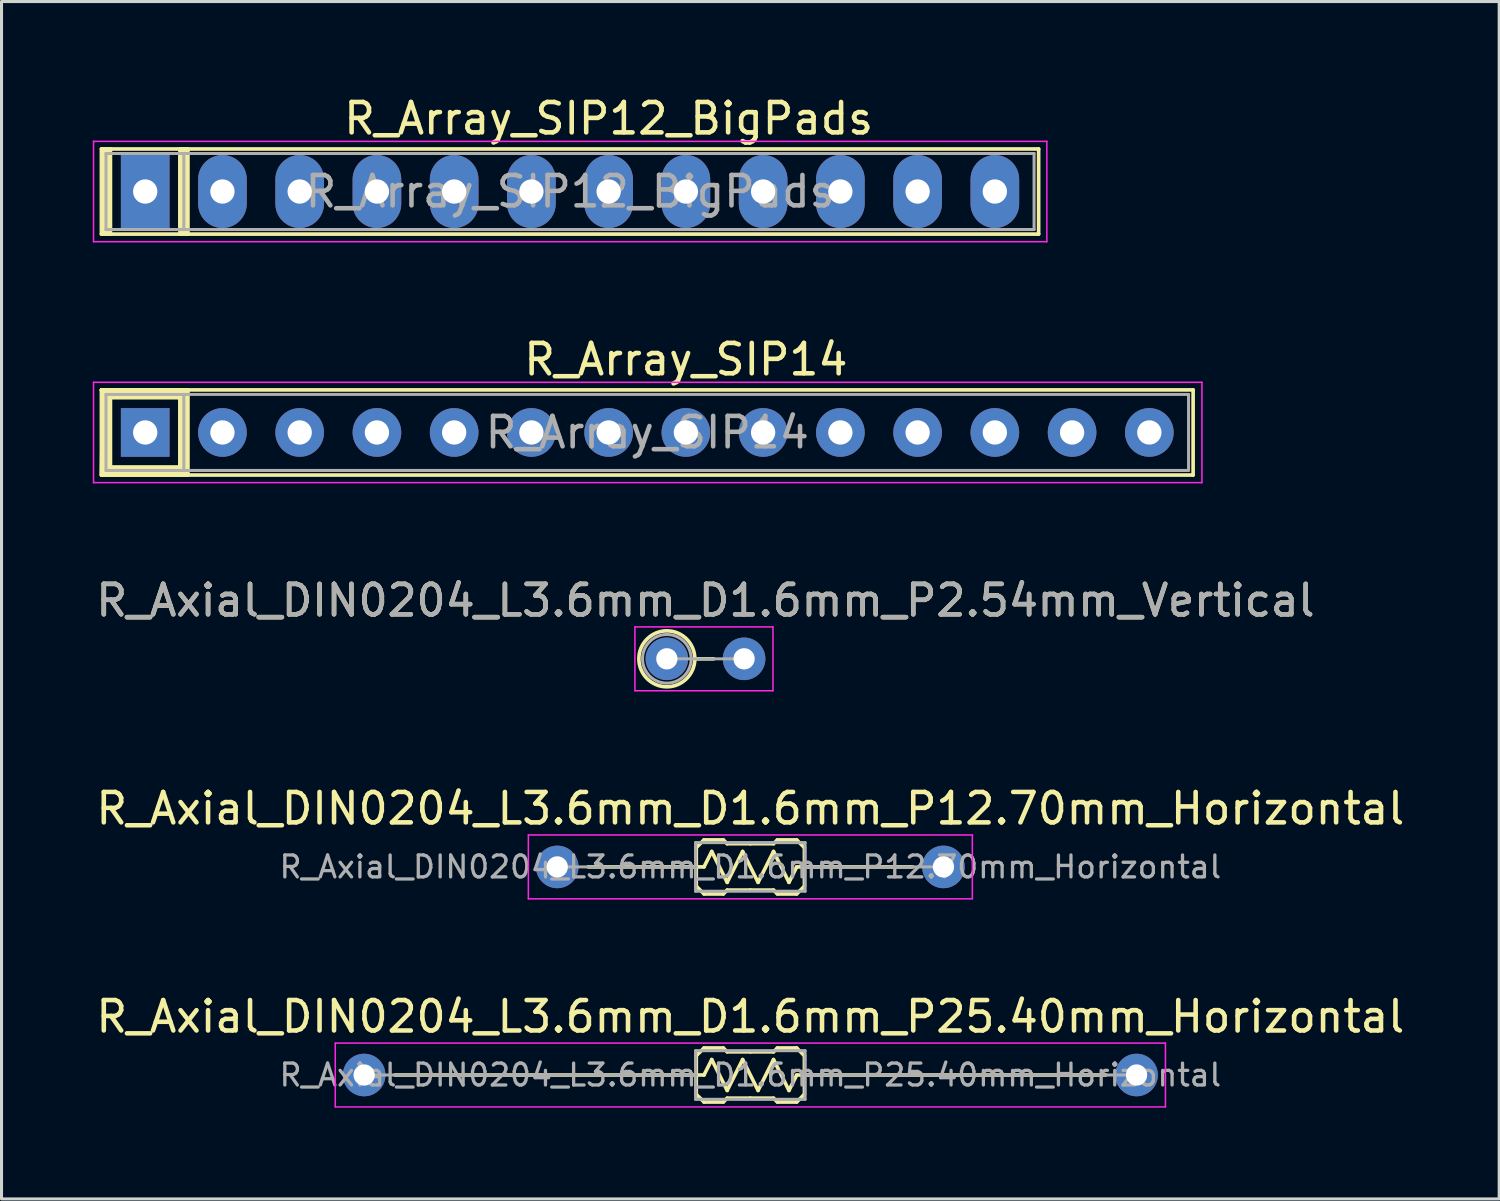
<source format=kicad_pcb>
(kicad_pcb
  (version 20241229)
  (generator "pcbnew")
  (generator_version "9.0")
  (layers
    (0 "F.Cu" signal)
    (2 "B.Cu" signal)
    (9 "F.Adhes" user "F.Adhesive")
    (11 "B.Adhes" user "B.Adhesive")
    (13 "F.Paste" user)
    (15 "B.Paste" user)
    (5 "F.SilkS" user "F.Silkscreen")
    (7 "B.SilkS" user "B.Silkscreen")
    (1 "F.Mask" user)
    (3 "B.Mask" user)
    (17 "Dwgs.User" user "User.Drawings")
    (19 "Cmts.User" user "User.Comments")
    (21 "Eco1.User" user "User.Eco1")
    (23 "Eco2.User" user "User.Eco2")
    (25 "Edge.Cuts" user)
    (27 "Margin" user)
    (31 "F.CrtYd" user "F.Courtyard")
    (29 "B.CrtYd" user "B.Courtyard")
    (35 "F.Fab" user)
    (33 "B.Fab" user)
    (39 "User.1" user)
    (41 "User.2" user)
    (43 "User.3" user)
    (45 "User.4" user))
  (footprint "R_Axial_DIN0204_L3.6mm_D1.6mm_P12.70mm_Horizontal"
    (layer "F.Cu")
    (at 15.275 25.458)
    (property "Reference" "R_Axial_DIN0204_L3.6mm_D1.6mm_P12.70mm_Horizontal" (at 6.35 -1.92 0) (layer "F.SilkS") (effects (font (size 1 1) (thickness 0.15))))
    (attr through_hole)
    (fp_line (start 1.016 0) (end 4.43 0) (stroke (width 0.12) (type solid)) (layer "F.SilkS"))
    (fp_line (start 4.43 0) (end 4.572 0) (stroke (width 0.12) (type solid)) (layer "F.SilkS"))
    (fp_line (start 4.572 -0.635) (end 4.826 -0.889) (stroke (width 0.12) (type solid)) (layer "F.SilkS"))
    (fp_line (start 4.572 0.635) (end 4.572 -0.635) (stroke (width 0.12) (type solid)) (layer "F.SilkS"))
    (fp_line (start 4.572 0.635) (end 4.826 0.889) (stroke (width 0.12) (type solid)) (layer "F.SilkS"))
    (fp_line (start 4.826 -0.889) (end 5.461 -0.889) (stroke (width 0.12) (type solid)) (layer "F.SilkS"))
    (fp_line (start 4.826 0) (end 4.572 0) (stroke (width 0.12) (type solid)) (layer "F.SilkS"))
    (fp_line (start 4.826 0) (end 5.08 -0.508) (stroke (width 0.12) (type solid)) (layer "F.SilkS"))
    (fp_line (start 4.826 0.889) (end 5.461 0.889) (stroke (width 0.12) (type solid)) (layer "F.SilkS"))
    (fp_line (start 5.08 -0.508) (end 5.588 0.508) (stroke (width 0.12) (type solid)) (layer "F.SilkS"))
    (fp_line (start 5.461 -0.889) (end 5.588 -0.762) (stroke (width 0.12) (type solid)) (layer "F.SilkS"))
    (fp_line (start 5.461 0.889) (end 5.588 0.762) (stroke (width 0.12) (type solid)) (layer "F.SilkS"))
    (fp_line (start 5.588 -0.762) (end 6.35 -0.762) (stroke (width 0.12) (type solid)) (layer "F.SilkS"))
    (fp_line (start 5.588 0.508) (end 6.096 -0.508) (stroke (width 0.12) (type solid)) (layer "F.SilkS"))
    (fp_line (start 5.588 0.762) (end 6.35 0.762) (stroke (width 0.12) (type solid)) (layer "F.SilkS"))
    (fp_line (start 6.096 -0.508) (end 6.604 0.508) (stroke (width 0.12) (type solid)) (layer "F.SilkS"))
    (fp_line (start 6.604 0.508) (end 7.112 -0.508) (stroke (width 0.12) (type solid)) (layer "F.SilkS"))
    (fp_line (start 7.112 -0.762) (end 6.35 -0.762) (stroke (width 0.12) (type solid)) (layer "F.SilkS"))
    (fp_line (start 7.112 -0.508) (end 7.62 0.508) (stroke (width 0.12) (type solid)) (layer "F.SilkS"))
    (fp_line (start 7.112 0.762) (end 6.35 0.762) (stroke (width 0.12) (type solid)) (layer "F.SilkS"))
    (fp_line (start 7.239 -0.889) (end 7.112 -0.762) (stroke (width 0.12) (type solid)) (layer "F.SilkS"))
    (fp_line (start 7.239 0.889) (end 7.112 0.762) (stroke (width 0.12) (type solid)) (layer "F.SilkS"))
    (fp_line (start 7.62 0.508) (end 7.874 0) (stroke (width 0.12) (type solid)) (layer "F.SilkS"))
    (fp_line (start 7.874 -0.889) (end 7.239 -0.889) (stroke (width 0.12) (type solid)) (layer "F.SilkS"))
    (fp_line (start 7.874 0) (end 8.128 0) (stroke (width 0.12) (type solid)) (layer "F.SilkS"))
    (fp_line (start 7.874 0.889) (end 7.239 0.889) (stroke (width 0.12) (type solid)) (layer "F.SilkS"))
    (fp_line (start 8.128 -0.635) (end 7.874 -0.889) (stroke (width 0.12) (type solid)) (layer "F.SilkS"))
    (fp_line (start 8.128 -0.635) (end 8.128 0.635) (stroke (width 0.12) (type solid)) (layer "F.SilkS"))
    (fp_line (start 8.128 0.635) (end 7.874 0.889) (stroke (width 0.12) (type solid)) (layer "F.SilkS"))
    (fp_line (start 8.255 0) (end 8.128 0) (stroke (width 0.12) (type solid)) (layer "F.SilkS"))
    (fp_line (start 11.684 0) (end 8.27 0) (stroke (width 0.12) (type solid)) (layer "F.SilkS"))
    (fp_line (start -0.95 -1.05) (end -0.95 1.05) (stroke (width 0.05) (type solid)) (layer "F.CrtYd"))
    (fp_line (start -0.95 1.05) (end 13.65 1.05) (stroke (width 0.05) (type solid)) (layer "F.CrtYd"))
    (fp_line (start 13.65 -1.05) (end -0.95 -1.05) (stroke (width 0.05) (type solid)) (layer "F.CrtYd"))
    (fp_line (start 13.65 1.05) (end 13.65 -1.05) (stroke (width 0.05) (type solid)) (layer "F.CrtYd"))
    (fp_line (start 0 0) (end 4.572 0) (stroke (width 0.1) (type solid)) (layer "F.Fab"))
    (fp_line (start 4.55 -0.8) (end 4.55 0.8) (stroke (width 0.1) (type solid)) (layer "F.Fab"))
    (fp_line (start 4.55 0.8) (end 8.15 0.8) (stroke (width 0.1) (type solid)) (layer "F.Fab"))
    (fp_line (start 8.15 -0.8) (end 4.55 -0.8) (stroke (width 0.1) (type solid)) (layer "F.Fab"))
    (fp_line (start 8.15 0.8) (end 8.15 -0.8) (stroke (width 0.1) (type solid)) (layer "F.Fab"))
    (fp_line (start 12.7 0) (end 8.15 0) (stroke (width 0.1) (type solid)) (layer "F.Fab"))
    (fp_text user "${REFERENCE}" (at 6.35 0 0) (layer "F.Fab") (effects (font (size 0.72 0.72) (thickness 0.108))))
    (pad "1" thru_hole circle (at 0 0) (size 1.4 1.4) (drill 0.7) (layers "*.Cu" "*.Mask"))
    (pad "2" thru_hole oval (at 12.7 0) (size 1.4 1.4) (drill 0.7) (layers "*.Cu" "*.Mask")))
  (footprint "R_Axial_DIN0204_L3.6mm_D1.6mm_P25.40mm_Horizontal"
    (layer "F.Cu")
    (at 8.925 32.301)
    (property "Reference" "R_Axial_DIN0204_L3.6mm_D1.6mm_P25.40mm_Horizontal" (at 12.7 -1.92 0) (layer "F.SilkS") (effects (font (size 1 1) (thickness 0.15))))
    (attr through_hole)
    (fp_line (start 1.016 0) (end 10.78 0) (stroke (width 0.12) (type solid)) (layer "F.SilkS"))
    (fp_line (start 10.78 0) (end 10.922 0) (stroke (width 0.12) (type solid)) (layer "F.SilkS"))
    (fp_line (start 10.922 -0.635) (end 11.176 -0.889) (stroke (width 0.12) (type solid)) (layer "F.SilkS"))
    (fp_line (start 10.922 0.635) (end 10.922 -0.635) (stroke (width 0.12) (type solid)) (layer "F.SilkS"))
    (fp_line (start 10.922 0.635) (end 11.176 0.889) (stroke (width 0.12) (type solid)) (layer "F.SilkS"))
    (fp_line (start 11.176 -0.889) (end 11.811 -0.889) (stroke (width 0.12) (type solid)) (layer "F.SilkS"))
    (fp_line (start 11.176 0) (end 10.922 0) (stroke (width 0.12) (type solid)) (layer "F.SilkS"))
    (fp_line (start 11.176 0) (end 11.43 -0.508) (stroke (width 0.12) (type solid)) (layer "F.SilkS"))
    (fp_line (start 11.176 0.889) (end 11.811 0.889) (stroke (width 0.12) (type solid)) (layer "F.SilkS"))
    (fp_line (start 11.43 -0.508) (end 11.938 0.508) (stroke (width 0.12) (type solid)) (layer "F.SilkS"))
    (fp_line (start 11.811 -0.889) (end 11.938 -0.762) (stroke (width 0.12) (type solid)) (layer "F.SilkS"))
    (fp_line (start 11.811 0.889) (end 11.938 0.762) (stroke (width 0.12) (type solid)) (layer "F.SilkS"))
    (fp_line (start 11.938 -0.762) (end 12.7 -0.762) (stroke (width 0.12) (type solid)) (layer "F.SilkS"))
    (fp_line (start 11.938 0.508) (end 12.446 -0.508) (stroke (width 0.12) (type solid)) (layer "F.SilkS"))
    (fp_line (start 11.938 0.762) (end 12.7 0.762) (stroke (width 0.12) (type solid)) (layer "F.SilkS"))
    (fp_line (start 12.446 -0.508) (end 12.954 0.508) (stroke (width 0.12) (type solid)) (layer "F.SilkS"))
    (fp_line (start 12.954 0.508) (end 13.462 -0.508) (stroke (width 0.12) (type solid)) (layer "F.SilkS"))
    (fp_line (start 13.462 -0.762) (end 12.7 -0.762) (stroke (width 0.12) (type solid)) (layer "F.SilkS"))
    (fp_line (start 13.462 -0.508) (end 13.97 0.508) (stroke (width 0.12) (type solid)) (layer "F.SilkS"))
    (fp_line (start 13.462 0.762) (end 12.7 0.762) (stroke (width 0.12) (type solid)) (layer "F.SilkS"))
    (fp_line (start 13.589 -0.889) (end 13.462 -0.762) (stroke (width 0.12) (type solid)) (layer "F.SilkS"))
    (fp_line (start 13.589 0.889) (end 13.462 0.762) (stroke (width 0.12) (type solid)) (layer "F.SilkS"))
    (fp_line (start 13.97 0.508) (end 14.224 0) (stroke (width 0.12) (type solid)) (layer "F.SilkS"))
    (fp_line (start 14.224 -0.889) (end 13.589 -0.889) (stroke (width 0.12) (type solid)) (layer "F.SilkS"))
    (fp_line (start 14.224 0) (end 14.478 0) (stroke (width 0.12) (type solid)) (layer "F.SilkS"))
    (fp_line (start 14.224 0.889) (end 13.589 0.889) (stroke (width 0.12) (type solid)) (layer "F.SilkS"))
    (fp_line (start 14.478 -0.635) (end 14.224 -0.889) (stroke (width 0.12) (type solid)) (layer "F.SilkS"))
    (fp_line (start 14.478 -0.635) (end 14.478 0.635) (stroke (width 0.12) (type solid)) (layer "F.SilkS"))
    (fp_line (start 14.478 0.635) (end 14.224 0.889) (stroke (width 0.12) (type solid)) (layer "F.SilkS"))
    (fp_line (start 14.605 0) (end 14.478 0) (stroke (width 0.12) (type solid)) (layer "F.SilkS"))
    (fp_line (start 24.384 0) (end 14.62 0) (stroke (width 0.12) (type solid)) (layer "F.SilkS"))
    (fp_line (start -0.95 -1.05) (end -0.95 1.05) (stroke (width 0.05) (type solid)) (layer "F.CrtYd"))
    (fp_line (start -0.95 1.05) (end 26.35 1.05) (stroke (width 0.05) (type solid)) (layer "F.CrtYd"))
    (fp_line (start 26.35 -1.05) (end -0.95 -1.05) (stroke (width 0.05) (type solid)) (layer "F.CrtYd"))
    (fp_line (start 26.35 1.05) (end 26.35 -1.05) (stroke (width 0.05) (type solid)) (layer "F.CrtYd"))
    (fp_line (start 0 0) (end 10.922 0) (stroke (width 0.1) (type solid)) (layer "F.Fab"))
    (fp_line (start 10.9 -0.8) (end 10.9 0.8) (stroke (width 0.1) (type solid)) (layer "F.Fab"))
    (fp_line (start 10.9 0.8) (end 14.5 0.8) (stroke (width 0.1) (type solid)) (layer "F.Fab"))
    (fp_line (start 14.5 -0.8) (end 10.9 -0.8) (stroke (width 0.1) (type solid)) (layer "F.Fab"))
    (fp_line (start 14.5 0.8) (end 14.5 -0.8) (stroke (width 0.1) (type solid)) (layer "F.Fab"))
    (fp_line (start 25.4 0) (end 14.5 0) (stroke (width 0.1) (type solid)) (layer "F.Fab"))
    (fp_text user "${REFERENCE}" (at 12.7 0 0) (layer "F.Fab") (effects (font (size 0.72 0.72) (thickness 0.108))))
    (pad "1" thru_hole circle (at 0 0) (size 1.4 1.4) (drill 0.7) (layers "*.Cu" "*.Mask"))
    (pad "2" thru_hole oval (at 25.4 0) (size 1.4 1.4) (drill 0.7) (layers "*.Cu" "*.Mask")))
  (footprint "R_Array_SIP12_BigPads"
    (layer "F.Cu")
    (at 1.725 3.248)
    (property "Reference" "R_Array_SIP12_BigPads" (at 15.24 -2.4 0) (layer "F.SilkS") (effects (font (size 1 1) (thickness 0.15))))
    (attr through_hole)
    (fp_line (start -1.44 -1.4) (end -1.44 1.4) (stroke (width 0.12) (type solid)) (layer "F.SilkS"))
    (fp_line (start -1.44 1.4) (end 29.38 1.4) (stroke (width 0.12) (type solid)) (layer "F.SilkS"))
    (fp_line (start 1.143 -1.143) (end 1.143 1.143) (stroke (width 0.12) (type solid)) (layer "F.SilkS"))
    (fp_line (start 1.397 -1.4) (end 1.397 1.4) (stroke (width 0.12) (type solid)) (layer "F.SilkS"))
    (fp_line (start 29.38 -1.4) (end -1.44 -1.4) (stroke (width 0.12) (type solid)) (layer "F.SilkS"))
    (fp_line (start 29.38 1.4) (end 29.38 -1.4) (stroke (width 0.12) (type solid)) (layer "F.SilkS"))
    (fp_rect (start -1.397 -1.4) (end -1.143 1.397) (stroke (width 0.12) (type solid)) (fill yes) (layer "F.SilkS"))
    (fp_rect (start 1.143 -1.4) (end 1.397 1.397) (stroke (width 0.12) (type solid)) (fill yes) (layer "F.SilkS"))
    (fp_line (start -1.7 -1.65) (end -1.7 1.65) (stroke (width 0.05) (type solid)) (layer "F.CrtYd"))
    (fp_line (start -1.7 1.65) (end 29.65 1.65) (stroke (width 0.05) (type solid)) (layer "F.CrtYd"))
    (fp_line (start 29.65 -1.65) (end -1.7 -1.65) (stroke (width 0.05) (type solid)) (layer "F.CrtYd"))
    (fp_line (start 29.65 1.65) (end 29.65 -1.65) (stroke (width 0.05) (type solid)) (layer "F.CrtYd"))
    (fp_line (start -1.29 -1.25) (end -1.29 1.25) (stroke (width 0.1) (type solid)) (layer "F.Fab"))
    (fp_line (start -1.29 1.25) (end 29.23 1.25) (stroke (width 0.1) (type solid)) (layer "F.Fab"))
    (fp_line (start 1.27 -1.25) (end 1.27 1.25) (stroke (width 0.1) (type solid)) (layer "F.Fab"))
    (fp_line (start 29.23 -1.25) (end -1.29 -1.25) (stroke (width 0.1) (type solid)) (layer "F.Fab"))
    (fp_line (start 29.23 1.25) (end 29.23 -1.25) (stroke (width 0.1) (type solid)) (layer "F.Fab"))
    (fp_text user "${REFERENCE}" (at 13.97 0 0) (layer "F.Fab") (effects (font (size 1 1) (thickness 0.15))))
    (pad "1" thru_hole rect (at 0 0) (size 1.6 2.4) (drill 0.8) (layers "*.Cu" "*.Mask"))
    (pad "2" thru_hole oval (at 2.54 0) (size 1.6 2.4) (drill 0.8) (layers "*.Cu" "*.Mask"))
    (pad "3" thru_hole oval (at 5.08 0) (size 1.6 2.4) (drill 0.8) (layers "*.Cu" "*.Mask"))
    (pad "4" thru_hole oval (at 7.62 0) (size 1.6 2.4) (drill 0.8) (layers "*.Cu" "*.Mask"))
    (pad "5" thru_hole oval (at 10.16 0) (size 1.6 2.4) (drill 0.8) (layers "*.Cu" "*.Mask"))
    (pad "6" thru_hole oval (at 12.7 0) (size 1.6 2.4) (drill 0.8) (layers "*.Cu" "*.Mask"))
    (pad "7" thru_hole oval (at 15.24 0) (size 1.6 2.4) (drill 0.8) (layers "*.Cu" "*.Mask"))
    (pad "8" thru_hole oval (at 17.78 0) (size 1.6 2.4) (drill 0.8) (layers "*.Cu" "*.Mask"))
    (pad "9" thru_hole oval (at 20.32 0) (size 1.6 2.4) (drill 0.8) (layers "*.Cu" "*.Mask"))
    (pad "10" thru_hole oval (at 22.86 0) (size 1.6 2.4) (drill 0.8) (layers "*.Cu" "*.Mask"))
    (pad "11" thru_hole oval (at 25.4 0) (size 1.6 2.4) (drill 0.8) (layers "*.Cu" "*.Mask"))
    (pad "12" thru_hole oval (at 27.94 0) (size 1.6 2.4) (drill 0.8) (layers "*.Cu" "*.Mask")))
  (footprint "R_Array_SIP14"
    (layer "F.Cu")
    (at 1.725 11.171)
    (property "Reference" "R_Array_SIP14" (at 17.78 -2.4 0) (layer "F.SilkS") (effects (font (size 1 1) (thickness 0.15))))
    (attr through_hole)
    (fp_line (start -1.44 -1.4) (end -1.44 1.4) (stroke (width 0.12) (type solid)) (layer "F.SilkS"))
    (fp_line (start -1.44 1.4) (end 34.46 1.4) (stroke (width 0.12) (type solid)) (layer "F.SilkS"))
    (fp_line (start 1.143 -1.143) (end 1.143 1.143) (stroke (width 0.12) (type solid)) (layer "F.SilkS"))
    (fp_line (start 1.143 1.143) (end -1.143 1.143) (stroke (width 0.12) (type solid)) (layer "F.SilkS"))
    (fp_line (start 1.27 -1.4) (end 1.27 1.4) (stroke (width 0.12) (type solid)) (layer "F.SilkS"))
    (fp_line (start 1.397 -1.4) (end 1.397 1.4) (stroke (width 0.12) (type solid)) (layer "F.SilkS"))
    (fp_line (start 34.46 -1.4) (end -1.44 -1.4) (stroke (width 0.12) (type solid)) (layer "F.SilkS"))
    (fp_line (start 34.46 1.4) (end 34.46 -1.4) (stroke (width 0.12) (type solid)) (layer "F.SilkS"))
    (fp_poly (pts (xy -1.143 1.143) (xy 1.143 1.143) (xy 1.143 1.4) (xy -1.44 1.4) (xy -1.397 -1.143) (xy -1.143 -1.143)) (stroke (width 0.12) (type solid)) (fill yes) (layer "F.SilkS"))
    (fp_poly (pts (xy 1.397 1.4) (xy 1.143 1.4) (xy 1.143 -1.143) (xy -1.397 -1.143) (xy -1.44 -1.4) (xy 1.397 -1.4)) (stroke (width 0.12) (type solid)) (fill yes) (layer "F.SilkS"))
    (fp_line (start -1.7 -1.65) (end -1.7 1.65) (stroke (width 0.05) (type solid)) (layer "F.CrtYd"))
    (fp_line (start -1.7 1.65) (end 34.75 1.65) (stroke (width 0.05) (type solid)) (layer "F.CrtYd"))
    (fp_line (start 34.75 -1.65) (end -1.7 -1.65) (stroke (width 0.05) (type solid)) (layer "F.CrtYd"))
    (fp_line (start 34.75 1.65) (end 34.75 -1.65) (stroke (width 0.05) (type solid)) (layer "F.CrtYd"))
    (fp_line (start -1.29 -1.25) (end -1.29 1.25) (stroke (width 0.1) (type solid)) (layer "F.Fab"))
    (fp_line (start -1.29 1.25) (end 34.31 1.25) (stroke (width 0.1) (type solid)) (layer "F.Fab"))
    (fp_line (start 1.27 -1.25) (end 1.27 1.25) (stroke (width 0.1) (type solid)) (layer "F.Fab"))
    (fp_line (start 34.31 -1.25) (end -1.29 -1.25) (stroke (width 0.1) (type solid)) (layer "F.Fab"))
    (fp_line (start 34.31 1.25) (end 34.31 -1.25) (stroke (width 0.1) (type solid)) (layer "F.Fab"))
    (fp_text user "${REFERENCE}" (at 16.51 0 0) (layer "F.Fab") (effects (font (size 1 1) (thickness 0.15))))
    (pad "1" thru_hole rect (at 0 0) (size 1.6 1.6) (drill 0.8) (layers "*.Cu" "*.Mask"))
    (pad "2" thru_hole oval (at 2.54 0) (size 1.6 1.6) (drill 0.8) (layers "*.Cu" "*.Mask"))
    (pad "3" thru_hole oval (at 5.08 0) (size 1.6 1.6) (drill 0.8) (layers "*.Cu" "*.Mask"))
    (pad "4" thru_hole oval (at 7.62 0) (size 1.6 1.6) (drill 0.8) (layers "*.Cu" "*.Mask"))
    (pad "5" thru_hole oval (at 10.16 0) (size 1.6 1.6) (drill 0.8) (layers "*.Cu" "*.Mask"))
    (pad "6" thru_hole oval (at 12.7 0) (size 1.6 1.6) (drill 0.8) (layers "*.Cu" "*.Mask"))
    (pad "7" thru_hole oval (at 15.24 0) (size 1.6 1.6) (drill 0.8) (layers "*.Cu" "*.Mask"))
    (pad "8" thru_hole oval (at 17.78 0) (size 1.6 1.6) (drill 0.8) (layers "*.Cu" "*.Mask"))
    (pad "9" thru_hole oval (at 20.32 0) (size 1.6 1.6) (drill 0.8) (layers "*.Cu" "*.Mask"))
    (pad "10" thru_hole oval (at 22.86 0) (size 1.6 1.6) (drill 0.8) (layers "*.Cu" "*.Mask"))
    (pad "11" thru_hole oval (at 25.4 0) (size 1.6 1.6) (drill 0.8) (layers "*.Cu" "*.Mask"))
    (pad "12" thru_hole oval (at 27.94 0) (size 1.6 1.6) (drill 0.8) (layers "*.Cu" "*.Mask"))
    (pad "13" thru_hole oval (at 30.48 0) (size 1.6 1.6) (drill 0.8) (layers "*.Cu" "*.Mask"))
    (pad "14" thru_hole oval (at 33.02 0) (size 1.6 1.6) (drill 0.8) (layers "*.Cu" "*.Mask")))
  (footprint "R_Axial_DIN0204_L3.6mm_D1.6mm_P2.54mm_Vertical"
    (layer "F.Cu")
    (at 18.879 18.615)
    (property "Reference" "R_Axial_DIN0204_L3.6mm_D1.6mm_P2.54mm_Vertical" (at 1.27 -1.92 0) (layer "F.SilkS") (effects (font (size 1 1) (thickness 0.15))))
    (attr through_hole)
    (fp_line (start 0.92 0) (end 1.54 0) (stroke (width 0.12) (type solid)) (layer "F.SilkS"))
    (fp_circle (center 0 0) (end 0.92 0) (stroke (width 0.12) (type solid)) (fill no) (layer "F.SilkS"))
    (fp_line (start -1.05 -1.05) (end -1.05 1.05) (stroke (width 0.05) (type solid)) (layer "F.CrtYd"))
    (fp_line (start -1.05 1.05) (end 3.49 1.05) (stroke (width 0.05) (type solid)) (layer "F.CrtYd"))
    (fp_line (start 3.49 -1.05) (end -1.05 -1.05) (stroke (width 0.05) (type solid)) (layer "F.CrtYd"))
    (fp_line (start 3.49 1.05) (end 3.49 -1.05) (stroke (width 0.05) (type solid)) (layer "F.CrtYd"))
    (fp_line (start 0 0) (end 2.54 0) (stroke (width 0.1) (type solid)) (layer "F.Fab"))
    (fp_circle (center 0 0) (end 0.8 0) (stroke (width 0.1) (type solid)) (fill no) (layer "F.Fab"))
    (fp_text user "${REFERENCE}" (at 1.27 -1.92 0) (layer "F.Fab") (effects (font (size 1 1) (thickness 0.15))))
    (pad "1" thru_hole circle (at 0 0) (size 1.4 1.4) (drill 0.7) (layers "*.Cu" "*.Mask"))
    (pad "2" thru_hole oval (at 2.54 0) (size 1.4 1.4) (drill 0.7) (layers "*.Cu" "*.Mask")))
  (gr_rect
    (start -3 -3)
    (end 46.25 36.376)
    (stroke (width 0.1) (type default))
    (fill no)
    (layer "Edge.Cuts")))
</source>
